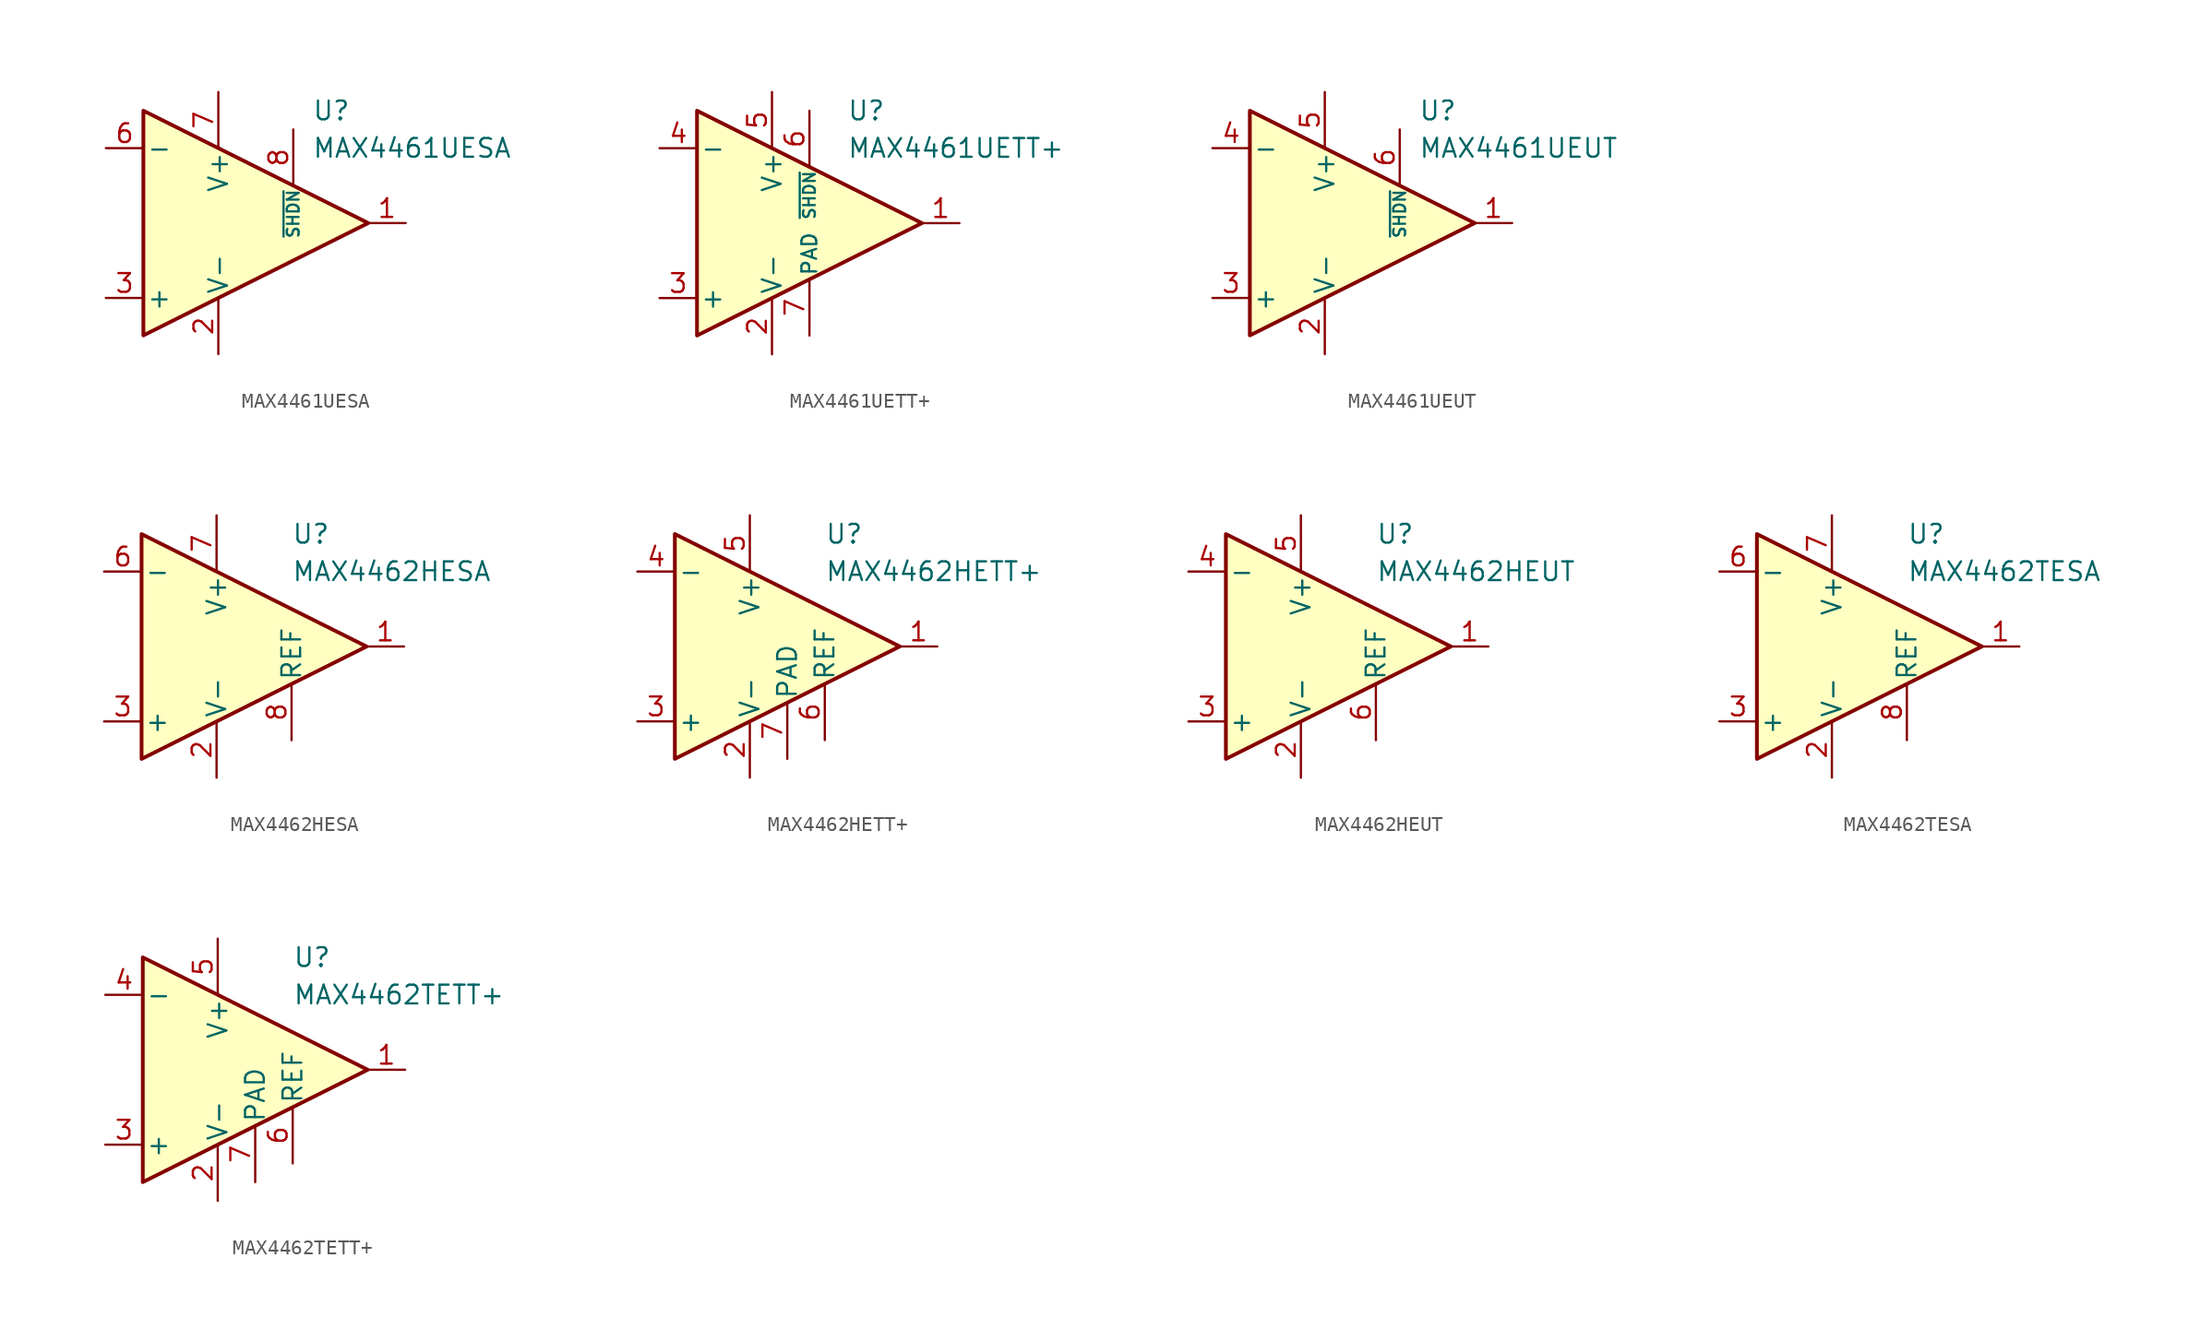
<source format=kicad_sym>
(kicad_symbol_lib
  (version 20211014)
  (generator kicad_symbol_editor)
  (symbol "MAX4461UESA"
    (pin_names
      (offset 0.2))
    (property "Reference" "U"
      (at 7.62 7.62 0)
      (effects (font (size 1.27 1.27)) (justify left)))
    (property "Value" "MAX4461UESA"
      (at 7.62 5.08 0)
      (effects (font (size 1.27 1.27)) (justify left)))
    (symbol "MAX4461UESA_0_1"
      (polyline (pts (xy -3.81 7.62) (xy -3.81 -7.62) (xy 11.43 0) (xy -3.81 7.62)) (stroke (width 0.254) (type default) (color 0 0 0 0)) (fill (type background))))
    (symbol "MAX4461UESA_1_1"
      (pin output line (at 13.97 0 180) (length 2.54) (name "~" (effects (font (size 1.27 1.27)))) (number "1" (effects (font (size 1.27 1.27)))))
      (pin power_in line (at 1.27 -8.89 90) (length 3.81) (name "V-" (effects (font (size 1.27 1.27)))) (number "2" (effects (font (size 1.27 1.27)))))
      (pin input line (at -6.35 -5.08 0) (length 2.54) (name "+" (effects (font (size 1.27 1.27)))) (number "3" (effects (font (size 1.27 1.27)))))
      (pin no_connect line (at -1.27 1.27 0) (length 2.54) hide (name "NC" (effects (font (size 1.27 1.27)))) (number "4" (effects (font (size 1.27 1.27)))))
      (pin no_connect line (at -1.27 -1.27 0) (length 2.54) hide (name "NC" (effects (font (size 1.27 1.27)))) (number "5" (effects (font (size 1.27 1.27)))))
      (pin input line (at -6.35 5.08 0) (length 2.54) (name "-" (effects (font (size 1.27 1.27)))) (number "6" (effects (font (size 1.27 1.27)))))
      (pin power_in line (at 1.27 8.89 270) (length 3.81) (name "V+" (effects (font (size 1.27 1.27)))) (number "7" (effects (font (size 1.27 1.27)))))
      (pin input line (at 6.35 6.35 270) (length 3.81) (name "~{SHDN}" (effects (font (size 0.8 0.8)))) (number "8" (effects (font (size 1.27 1.27)))))))
  (symbol "MAX4461UETT+"
    (pin_names
      (offset 0.2))
    (property "Reference" "U"
      (at 6.35 7.62 0)
      (effects (font (size 1.27 1.27)) (justify left)))
    (property "Value" "MAX4461UETT+"
      (at 6.35 5.08 0)
      (effects (font (size 1.27 1.27)) (justify left)))
    (symbol "MAX4461UETT+_0_1"
      (polyline (pts (xy -3.81 7.62) (xy -3.81 -7.62) (xy 11.43 0) (xy -3.81 7.62)) (stroke (width 0.254) (type default) (color 0 0 0 0)) (fill (type background))))
    (symbol "MAX4461UETT+_1_1"
      (pin output line (at 13.97 0 180) (length 2.54) (name "~" (effects (font (size 1.27 1.27)))) (number "1" (effects (font (size 1.27 1.27)))))
      (pin power_in line (at 1.27 -8.89 90) (length 3.81) (name "V-" (effects (font (size 1.27 1.27)))) (number "2" (effects (font (size 1.27 1.27)))))
      (pin input line (at -6.35 -5.08 0) (length 2.54) (name "+" (effects (font (size 1.27 1.27)))) (number "3" (effects (font (size 1.27 1.27)))))
      (pin input line (at -6.35 5.08 0) (length 2.54) (name "-" (effects (font (size 1.27 1.27)))) (number "4" (effects (font (size 1.27 1.27)))))
      (pin power_in line (at 1.27 8.89 270) (length 3.81) (name "V+" (effects (font (size 1.27 1.27)))) (number "5" (effects (font (size 1.27 1.27)))))
      (pin input line (at 3.81 7.62 270) (length 3.81) (name "~{SHDN}" (effects (font (size 0.8 0.8)))) (number "6" (effects (font (size 1.27 1.27)))))
      (pin power_in line (at 3.81 -7.62 90) (length 3.81) (name "PAD" (effects (font (size 1 1)))) (number "7" (effects (font (size 1.27 1.27)))))))
  (symbol "MAX4461UEUT"
    (pin_names
      (offset 0.2))
    (property "Reference" "U"
      (at 7.62 7.62 0)
      (effects (font (size 1.27 1.27)) (justify left)))
    (property "Value" "MAX4461UEUT"
      (at 7.62 5.08 0)
      (effects (font (size 1.27 1.27)) (justify left)))
    (symbol "MAX4461UEUT_0_1"
      (polyline (pts (xy -3.81 7.62) (xy -3.81 -7.62) (xy 11.43 0) (xy -3.81 7.62)) (stroke (width 0.254) (type default) (color 0 0 0 0)) (fill (type background))))
    (symbol "MAX4461UEUT_1_1"
      (pin output line (at 13.97 0 180) (length 2.54) (name "~" (effects (font (size 1.27 1.27)))) (number "1" (effects (font (size 1.27 1.27)))))
      (pin power_in line (at 1.27 -8.89 90) (length 3.81) (name "V-" (effects (font (size 1.27 1.27)))) (number "2" (effects (font (size 1.27 1.27)))))
      (pin input line (at -6.35 -5.08 0) (length 2.54) (name "+" (effects (font (size 1.27 1.27)))) (number "3" (effects (font (size 1.27 1.27)))))
      (pin input line (at -6.35 5.08 0) (length 2.54) (name "-" (effects (font (size 1.27 1.27)))) (number "4" (effects (font (size 1.27 1.27)))))
      (pin power_in line (at 1.27 8.89 270) (length 3.81) (name "V+" (effects (font (size 1.27 1.27)))) (number "5" (effects (font (size 1.27 1.27)))))
      (pin input line (at 6.35 6.35 270) (length 3.81) (name "~{SHDN}" (effects (font (size 0.8 0.8)))) (number "6" (effects (font (size 1.27 1.27)))))))
  (symbol "MAX4462HESA"
    (pin_names
      (offset 0.2))
    (property "Reference" "U"
      (at 6.35 7.62 0)
      (effects (font (size 1.27 1.27)) (justify left)))
    (property "Value" "MAX4462HESA"
      (at 6.35 5.08 0)
      (effects (font (size 1.27 1.27)) (justify left)))
    (symbol "MAX4462HESA_0_1"
      (polyline (pts (xy -3.81 7.62) (xy -3.81 -7.62) (xy 11.43 0) (xy -3.81 7.62)) (stroke (width 0.254) (type default) (color 0 0 0 0)) (fill (type background))))
    (symbol "MAX4462HESA_1_1"
      (pin output line (at 13.97 0 180) (length 2.54) (name "~" (effects (font (size 1.27 1.27)))) (number "1" (effects (font (size 1.27 1.27)))))
      (pin power_in line (at 1.27 -8.89 90) (length 3.81) (name "V-" (effects (font (size 1.27 1.27)))) (number "2" (effects (font (size 1.27 1.27)))))
      (pin input line (at -6.35 -5.08 0) (length 2.54) (name "+" (effects (font (size 1.27 1.27)))) (number "3" (effects (font (size 1.27 1.27)))))
      (pin no_connect line (at -1.27 1.27 0) (length 2.54) hide (name "NC" (effects (font (size 1.27 1.27)))) (number "4" (effects (font (size 1.27 1.27)))))
      (pin no_connect line (at -1.27 -1.27 0) (length 2.54) hide (name "NC" (effects (font (size 1.27 1.27)))) (number "5" (effects (font (size 1.27 1.27)))))
      (pin input line (at -6.35 5.08 0) (length 2.54) (name "-" (effects (font (size 1.27 1.27)))) (number "6" (effects (font (size 1.27 1.27)))))
      (pin power_in line (at 1.27 8.89 270) (length 3.81) (name "V+" (effects (font (size 1.27 1.27)))) (number "7" (effects (font (size 1.27 1.27)))))
      (pin input line (at 6.35 -6.35 90) (length 3.81) (name "REF" (effects (font (size 1.27 1.27)))) (number "8" (effects (font (size 1.27 1.27)))))))
  (symbol "MAX4462HETT+"
    (pin_names
      (offset 0.2))
    (property "Reference" "U"
      (at 6.35 7.62 0)
      (effects (font (size 1.27 1.27)) (justify left)))
    (property "Value" "MAX4462HETT+"
      (at 6.35 5.08 0)
      (effects (font (size 1.27 1.27)) (justify left)))
    (symbol "MAX4462HETT+_0_1"
      (polyline (pts (xy -3.81 7.62) (xy -3.81 -7.62) (xy 11.43 0) (xy -3.81 7.62)) (stroke (width 0.254) (type default) (color 0 0 0 0)) (fill (type background))))
    (symbol "MAX4462HETT+_1_1"
      (pin output line (at 13.97 0 180) (length 2.54) (name "~" (effects (font (size 1.27 1.27)))) (number "1" (effects (font (size 1.27 1.27)))))
      (pin power_in line (at 1.27 -8.89 90) (length 3.81) (name "V-" (effects (font (size 1.27 1.27)))) (number "2" (effects (font (size 1.27 1.27)))))
      (pin input line (at -6.35 -5.08 0) (length 2.54) (name "+" (effects (font (size 1.27 1.27)))) (number "3" (effects (font (size 1.27 1.27)))))
      (pin input line (at -6.35 5.08 0) (length 2.54) (name "-" (effects (font (size 1.27 1.27)))) (number "4" (effects (font (size 1.27 1.27)))))
      (pin power_in line (at 1.27 8.89 270) (length 3.81) (name "V+" (effects (font (size 1.27 1.27)))) (number "5" (effects (font (size 1.27 1.27)))))
      (pin input line (at 6.35 -6.35 90) (length 3.81) (name "REF" (effects (font (size 1.27 1.27)))) (number "6" (effects (font (size 1.27 1.27)))))
      (pin power_in line (at 3.81 -7.62 90) (length 3.81) (name "PAD" (effects (font (size 1.27 1.27)))) (number "7" (effects (font (size 1.27 1.27)))))))
  (symbol "MAX4462HEUT"
    (pin_names
      (offset 0.2))
    (property "Reference" "U"
      (at 6.35 7.62 0)
      (effects (font (size 1.27 1.27)) (justify left)))
    (property "Value" "MAX4462HEUT"
      (at 6.35 5.08 0)
      (effects (font (size 1.27 1.27)) (justify left)))
    (symbol "MAX4462HEUT_0_1"
      (polyline (pts (xy -3.81 7.62) (xy -3.81 -7.62) (xy 11.43 0) (xy -3.81 7.62)) (stroke (width 0.254) (type default) (color 0 0 0 0)) (fill (type background))))
    (symbol "MAX4462HEUT_1_1"
      (pin output line (at 13.97 0 180) (length 2.54) (name "~" (effects (font (size 1.27 1.27)))) (number "1" (effects (font (size 1.27 1.27)))))
      (pin power_in line (at 1.27 -8.89 90) (length 3.81) (name "V-" (effects (font (size 1.27 1.27)))) (number "2" (effects (font (size 1.27 1.27)))))
      (pin input line (at -6.35 -5.08 0) (length 2.54) (name "+" (effects (font (size 1.27 1.27)))) (number "3" (effects (font (size 1.27 1.27)))))
      (pin input line (at -6.35 5.08 0) (length 2.54) (name "-" (effects (font (size 1.27 1.27)))) (number "4" (effects (font (size 1.27 1.27)))))
      (pin power_in line (at 1.27 8.89 270) (length 3.81) (name "V+" (effects (font (size 1.27 1.27)))) (number "5" (effects (font (size 1.27 1.27)))))
      (pin input line (at 6.35 -6.35 90) (length 3.81) (name "REF" (effects (font (size 1.27 1.27)))) (number "6" (effects (font (size 1.27 1.27)))))))
  (symbol "MAX4462TESA"
    (pin_names
      (offset 0.2))
    (property "Reference" "U"
      (at 6.35 7.62 0)
      (effects (font (size 1.27 1.27)) (justify left)))
    (property "Value" "MAX4462TESA"
      (at 6.35 5.08 0)
      (effects (font (size 1.27 1.27)) (justify left)))
    (symbol "MAX4462TESA_0_1"
      (polyline (pts (xy -3.81 7.62) (xy -3.81 -7.62) (xy 11.43 0) (xy -3.81 7.62)) (stroke (width 0.254) (type default) (color 0 0 0 0)) (fill (type background))))
    (symbol "MAX4462TESA_1_1"
      (pin output line (at 13.97 0 180) (length 2.54) (name "~" (effects (font (size 1.27 1.27)))) (number "1" (effects (font (size 1.27 1.27)))))
      (pin power_in line (at 1.27 -8.89 90) (length 3.81) (name "V-" (effects (font (size 1.27 1.27)))) (number "2" (effects (font (size 1.27 1.27)))))
      (pin input line (at -6.35 -5.08 0) (length 2.54) (name "+" (effects (font (size 1.27 1.27)))) (number "3" (effects (font (size 1.27 1.27)))))
      (pin no_connect line (at -1.27 1.27 0) (length 2.54) hide (name "NC" (effects (font (size 1.27 1.27)))) (number "4" (effects (font (size 1.27 1.27)))))
      (pin no_connect line (at -1.27 -1.27 0) (length 2.54) hide (name "NC" (effects (font (size 1.27 1.27)))) (number "5" (effects (font (size 1.27 1.27)))))
      (pin input line (at -6.35 5.08 0) (length 2.54) (name "-" (effects (font (size 1.27 1.27)))) (number "6" (effects (font (size 1.27 1.27)))))
      (pin power_in line (at 1.27 8.89 270) (length 3.81) (name "V+" (effects (font (size 1.27 1.27)))) (number "7" (effects (font (size 1.27 1.27)))))
      (pin input line (at 6.35 -6.35 90) (length 3.81) (name "REF" (effects (font (size 1.27 1.27)))) (number "8" (effects (font (size 1.27 1.27)))))))
  (symbol "MAX4462TETT+"
    (pin_names
      (offset 0.2))
    (property "Reference" "U"
      (at 6.35 7.62 0)
      (effects (font (size 1.27 1.27)) (justify left)))
    (property "Value" "MAX4462TETT+"
      (at 6.35 5.08 0)
      (effects (font (size 1.27 1.27)) (justify left)))
    (symbol "MAX4462TETT+_0_1"
      (polyline (pts (xy -3.81 7.62) (xy -3.81 -7.62) (xy 11.43 0) (xy -3.81 7.62)) (stroke (width 0.254) (type default) (color 0 0 0 0)) (fill (type background))))
    (symbol "MAX4462TETT+_1_1"
      (pin output line (at 13.97 0 180) (length 2.54) (name "~" (effects (font (size 1.27 1.27)))) (number "1" (effects (font (size 1.27 1.27)))))
      (pin power_in line (at 1.27 -8.89 90) (length 3.81) (name "V-" (effects (font (size 1.27 1.27)))) (number "2" (effects (font (size 1.27 1.27)))))
      (pin input line (at -6.35 -5.08 0) (length 2.54) (name "+" (effects (font (size 1.27 1.27)))) (number "3" (effects (font (size 1.27 1.27)))))
      (pin input line (at -6.35 5.08 0) (length 2.54) (name "-" (effects (font (size 1.27 1.27)))) (number "4" (effects (font (size 1.27 1.27)))))
      (pin power_in line (at 1.27 8.89 270) (length 3.81) (name "V+" (effects (font (size 1.27 1.27)))) (number "5" (effects (font (size 1.27 1.27)))))
      (pin input line (at 6.35 -6.35 90) (length 3.81) (name "REF" (effects (font (size 1.27 1.27)))) (number "6" (effects (font (size 1.27 1.27)))))
      (pin power_in line (at 3.81 -7.62 90) (length 3.81) (name "PAD" (effects (font (size 1.27 1.27)))) (number "7" (effects (font (size 1.27 1.27))))))))
</source>
